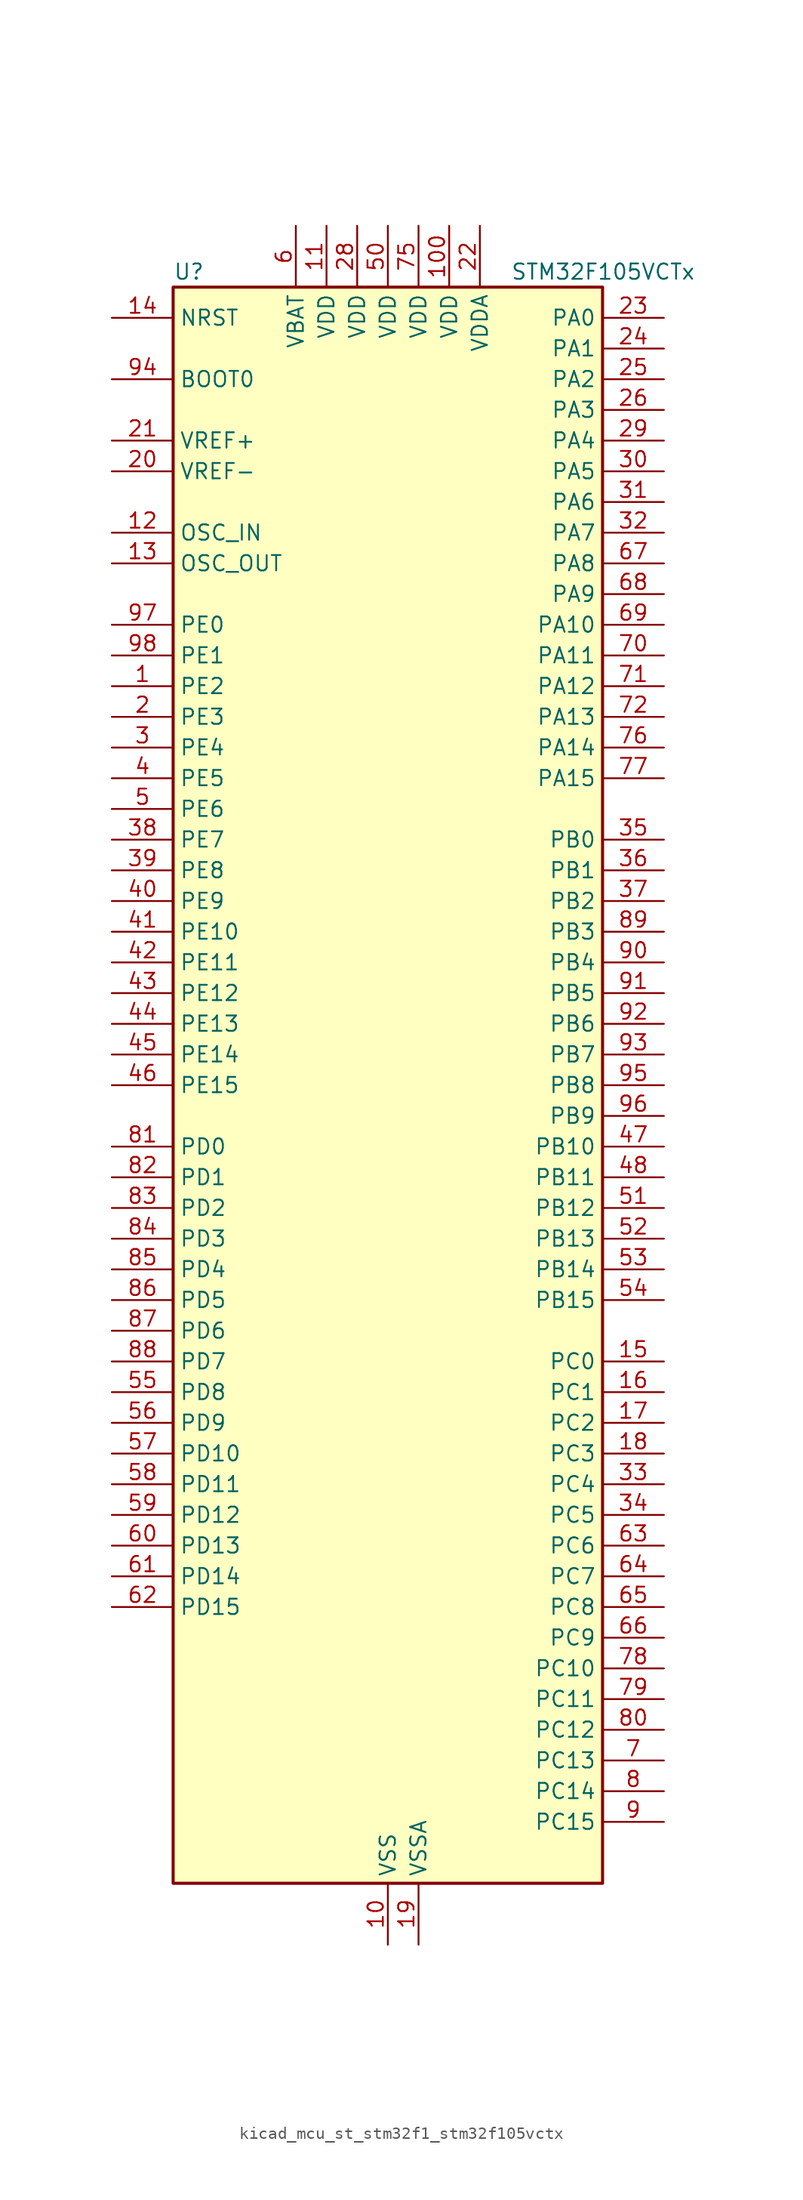
<source format=kicad_sym>
(kicad_symbol_lib
  (version 20220914)
  (generator kicad_symbol_editor)
  (symbol "kicad_mcu_st_stm32f1_stm32f105vctx"
    (property "Reference" "U"
      (at -17.78 67.31 0)
      (effects (font (size 1.27 1.27)) (justify left)))
    (property "Value" "STM32F105VCTx"
      (at 10.16 67.31 0)
      (effects (font (size 1.27 1.27)) (justify left)))
    (property "ki_locked" ""
      (at 0 0 0)
      (effects (font (size 1.27 1.27))))
    (symbol "kicad_mcu_st_stm32f1_stm32f105vctx_0_1"
      (rectangle (start -17.78 -66.04) (end 17.78 66.04) (stroke (width 0.254) (type default)) (fill (type background))))
    (symbol "kicad_mcu_st_stm32f1_stm32f105vctx_1_1"
      (pin bidirectional line (at -22.86 33.02 0) (length 5.08) (name "PE2" (effects (font (size 1.27 1.27)))) (number "1" (effects (font (size 1.27 1.27)))) (alternate "SYS_TRACECLK" bidirectional line))
      (pin power_in line (at 0 -71.12 90) (length 5.08) (name "VSS" (effects (font (size 1.27 1.27)))) (number "10" (effects (font (size 1.27 1.27)))))
      (pin power_in line (at 5.08 71.12 270) (length 5.08) (name "VDD" (effects (font (size 1.27 1.27)))) (number "100" (effects (font (size 1.27 1.27)))))
      (pin power_in line (at -5.08 71.12 270) (length 5.08) (name "VDD" (effects (font (size 1.27 1.27)))) (number "11" (effects (font (size 1.27 1.27)))))
      (pin input line (at -22.86 45.72 0) (length 5.08) (name "OSC_IN" (effects (font (size 1.27 1.27)))) (number "12" (effects (font (size 1.27 1.27)))) (alternate "RCC_OSC_IN" bidirectional line))
      (pin input line (at -22.86 43.18 0) (length 5.08) (name "OSC_OUT" (effects (font (size 1.27 1.27)))) (number "13" (effects (font (size 1.27 1.27)))) (alternate "RCC_OSC_OUT" bidirectional line))
      (pin input line (at -22.86 63.5 0) (length 5.08) (name "NRST" (effects (font (size 1.27 1.27)))) (number "14" (effects (font (size 1.27 1.27)))))
      (pin bidirectional line (at 22.86 -22.86 180) (length 5.08) (name "PC0" (effects (font (size 1.27 1.27)))) (number "15" (effects (font (size 1.27 1.27)))) (alternate "ADC1_IN10" bidirectional line) (alternate "ADC2_IN10" bidirectional line))
      (pin bidirectional line (at 22.86 -25.4 180) (length 5.08) (name "PC1" (effects (font (size 1.27 1.27)))) (number "16" (effects (font (size 1.27 1.27)))) (alternate "ADC1_IN11" bidirectional line) (alternate "ADC2_IN11" bidirectional line))
      (pin bidirectional line (at 22.86 -27.94 180) (length 5.08) (name "PC2" (effects (font (size 1.27 1.27)))) (number "17" (effects (font (size 1.27 1.27)))) (alternate "ADC1_IN12" bidirectional line) (alternate "ADC2_IN12" bidirectional line))
      (pin bidirectional line (at 22.86 -30.48 180) (length 5.08) (name "PC3" (effects (font (size 1.27 1.27)))) (number "18" (effects (font (size 1.27 1.27)))) (alternate "ADC1_IN13" bidirectional line) (alternate "ADC2_IN13" bidirectional line))
      (pin power_in line (at 2.54 -71.12 90) (length 5.08) (name "VSSA" (effects (font (size 1.27 1.27)))) (number "19" (effects (font (size 1.27 1.27)))))
      (pin bidirectional line (at -22.86 30.48 0) (length 5.08) (name "PE3" (effects (font (size 1.27 1.27)))) (number "2" (effects (font (size 1.27 1.27)))) (alternate "SYS_TRACED0" bidirectional line))
      (pin input line (at -22.86 50.8 0) (length 5.08) (name "VREF-" (effects (font (size 1.27 1.27)))) (number "20" (effects (font (size 1.27 1.27)))))
      (pin input line (at -22.86 53.34 0) (length 5.08) (name "VREF+" (effects (font (size 1.27 1.27)))) (number "21" (effects (font (size 1.27 1.27)))))
      (pin power_in line (at 7.62 71.12 270) (length 5.08) (name "VDDA" (effects (font (size 1.27 1.27)))) (number "22" (effects (font (size 1.27 1.27)))))
      (pin bidirectional line (at 22.86 63.5 180) (length 5.08) (name "PA0" (effects (font (size 1.27 1.27)))) (number "23" (effects (font (size 1.27 1.27)))) (alternate "ADC1_IN0" bidirectional line) (alternate "ADC2_IN0" bidirectional line) (alternate "SYS_WKUP" bidirectional line) (alternate "TIM2_CH1" bidirectional line) (alternate "TIM2_ETR" bidirectional line) (alternate "TIM5_CH1" bidirectional line) (alternate "USART2_CTS" bidirectional line))
      (pin bidirectional line (at 22.86 60.96 180) (length 5.08) (name "PA1" (effects (font (size 1.27 1.27)))) (number "24" (effects (font (size 1.27 1.27)))) (alternate "ADC1_IN1" bidirectional line) (alternate "ADC2_IN1" bidirectional line) (alternate "TIM2_CH2" bidirectional line) (alternate "TIM5_CH2" bidirectional line) (alternate "USART2_RTS" bidirectional line))
      (pin bidirectional line (at 22.86 58.42 180) (length 5.08) (name "PA2" (effects (font (size 1.27 1.27)))) (number "25" (effects (font (size 1.27 1.27)))) (alternate "ADC1_IN2" bidirectional line) (alternate "ADC2_IN2" bidirectional line) (alternate "TIM2_CH3" bidirectional line) (alternate "TIM5_CH3" bidirectional line) (alternate "USART2_TX" bidirectional line))
      (pin bidirectional line (at 22.86 55.88 180) (length 5.08) (name "PA3" (effects (font (size 1.27 1.27)))) (number "26" (effects (font (size 1.27 1.27)))) (alternate "ADC1_IN3" bidirectional line) (alternate "ADC2_IN3" bidirectional line) (alternate "TIM2_CH4" bidirectional line) (alternate "TIM5_CH4" bidirectional line) (alternate "USART2_RX" bidirectional line))
      (pin passive line (at 0 -71.12 90) (length 5.08) hide (name "VSS" (effects (font (size 1.27 1.27)))) (number "27" (effects (font (size 1.27 1.27)))))
      (pin power_in line (at -2.54 71.12 270) (length 5.08) (name "VDD" (effects (font (size 1.27 1.27)))) (number "28" (effects (font (size 1.27 1.27)))))
      (pin bidirectional line (at 22.86 53.34 180) (length 5.08) (name "PA4" (effects (font (size 1.27 1.27)))) (number "29" (effects (font (size 1.27 1.27)))) (alternate "ADC1_IN4" bidirectional line) (alternate "ADC2_IN4" bidirectional line) (alternate "DAC_OUT1" bidirectional line) (alternate "I2S3_WS" bidirectional line) (alternate "SPI1_NSS" bidirectional line) (alternate "SPI3_NSS" bidirectional line) (alternate "USART2_CK" bidirectional line))
      (pin bidirectional line (at -22.86 27.94 0) (length 5.08) (name "PE4" (effects (font (size 1.27 1.27)))) (number "3" (effects (font (size 1.27 1.27)))) (alternate "SYS_TRACED1" bidirectional line))
      (pin bidirectional line (at 22.86 50.8 180) (length 5.08) (name "PA5" (effects (font (size 1.27 1.27)))) (number "30" (effects (font (size 1.27 1.27)))) (alternate "ADC1_IN5" bidirectional line) (alternate "ADC2_IN5" bidirectional line) (alternate "DAC_OUT2" bidirectional line) (alternate "SPI1_SCK" bidirectional line))
      (pin bidirectional line (at 22.86 48.26 180) (length 5.08) (name "PA6" (effects (font (size 1.27 1.27)))) (number "31" (effects (font (size 1.27 1.27)))) (alternate "ADC1_IN6" bidirectional line) (alternate "ADC2_IN6" bidirectional line) (alternate "SPI1_MISO" bidirectional line) (alternate "TIM1_BKIN" bidirectional line) (alternate "TIM3_CH1" bidirectional line))
      (pin bidirectional line (at 22.86 45.72 180) (length 5.08) (name "PA7" (effects (font (size 1.27 1.27)))) (number "32" (effects (font (size 1.27 1.27)))) (alternate "ADC1_IN7" bidirectional line) (alternate "ADC2_IN7" bidirectional line) (alternate "SPI1_MOSI" bidirectional line) (alternate "TIM1_CH1N" bidirectional line) (alternate "TIM3_CH2" bidirectional line))
      (pin bidirectional line (at 22.86 -33.02 180) (length 5.08) (name "PC4" (effects (font (size 1.27 1.27)))) (number "33" (effects (font (size 1.27 1.27)))) (alternate "ADC1_IN14" bidirectional line) (alternate "ADC2_IN14" bidirectional line))
      (pin bidirectional line (at 22.86 -35.56 180) (length 5.08) (name "PC5" (effects (font (size 1.27 1.27)))) (number "34" (effects (font (size 1.27 1.27)))) (alternate "ADC1_IN15" bidirectional line) (alternate "ADC2_IN15" bidirectional line))
      (pin bidirectional line (at 22.86 20.32 180) (length 5.08) (name "PB0" (effects (font (size 1.27 1.27)))) (number "35" (effects (font (size 1.27 1.27)))) (alternate "ADC1_IN8" bidirectional line) (alternate "ADC2_IN8" bidirectional line) (alternate "TIM1_CH2N" bidirectional line) (alternate "TIM3_CH3" bidirectional line))
      (pin bidirectional line (at 22.86 17.78 180) (length 5.08) (name "PB1" (effects (font (size 1.27 1.27)))) (number "36" (effects (font (size 1.27 1.27)))) (alternate "ADC1_IN9" bidirectional line) (alternate "ADC2_IN9" bidirectional line) (alternate "TIM1_CH3N" bidirectional line) (alternate "TIM3_CH4" bidirectional line))
      (pin bidirectional line (at 22.86 15.24 180) (length 5.08) (name "PB2" (effects (font (size 1.27 1.27)))) (number "37" (effects (font (size 1.27 1.27)))))
      (pin bidirectional line (at -22.86 20.32 0) (length 5.08) (name "PE7" (effects (font (size 1.27 1.27)))) (number "38" (effects (font (size 1.27 1.27)))) (alternate "TIM1_ETR" bidirectional line))
      (pin bidirectional line (at -22.86 17.78 0) (length 5.08) (name "PE8" (effects (font (size 1.27 1.27)))) (number "39" (effects (font (size 1.27 1.27)))) (alternate "TIM1_CH1N" bidirectional line))
      (pin bidirectional line (at -22.86 25.4 0) (length 5.08) (name "PE5" (effects (font (size 1.27 1.27)))) (number "4" (effects (font (size 1.27 1.27)))) (alternate "SYS_TRACED2" bidirectional line))
      (pin bidirectional line (at -22.86 15.24 0) (length 5.08) (name "PE9" (effects (font (size 1.27 1.27)))) (number "40" (effects (font (size 1.27 1.27)))) (alternate "DAC_EXTI9" bidirectional line) (alternate "TIM1_CH1" bidirectional line))
      (pin bidirectional line (at -22.86 12.7 0) (length 5.08) (name "PE10" (effects (font (size 1.27 1.27)))) (number "41" (effects (font (size 1.27 1.27)))) (alternate "TIM1_CH2N" bidirectional line))
      (pin bidirectional line (at -22.86 10.16 0) (length 5.08) (name "PE11" (effects (font (size 1.27 1.27)))) (number "42" (effects (font (size 1.27 1.27)))) (alternate "ADC1_EXTI11" bidirectional line) (alternate "ADC2_EXTI11" bidirectional line) (alternate "TIM1_CH2" bidirectional line))
      (pin bidirectional line (at -22.86 7.62 0) (length 5.08) (name "PE12" (effects (font (size 1.27 1.27)))) (number "43" (effects (font (size 1.27 1.27)))) (alternate "TIM1_CH3N" bidirectional line))
      (pin bidirectional line (at -22.86 5.08 0) (length 5.08) (name "PE13" (effects (font (size 1.27 1.27)))) (number "44" (effects (font (size 1.27 1.27)))) (alternate "TIM1_CH3" bidirectional line))
      (pin bidirectional line (at -22.86 2.54 0) (length 5.08) (name "PE14" (effects (font (size 1.27 1.27)))) (number "45" (effects (font (size 1.27 1.27)))) (alternate "TIM1_CH4" bidirectional line))
      (pin bidirectional line (at -22.86 0 0) (length 5.08) (name "PE15" (effects (font (size 1.27 1.27)))) (number "46" (effects (font (size 1.27 1.27)))) (alternate "ADC1_EXTI15" bidirectional line) (alternate "ADC2_EXTI15" bidirectional line) (alternate "TIM1_BKIN" bidirectional line))
      (pin bidirectional line (at 22.86 -5.08 180) (length 5.08) (name "PB10" (effects (font (size 1.27 1.27)))) (number "47" (effects (font (size 1.27 1.27)))) (alternate "I2C2_SCL" bidirectional line) (alternate "TIM2_CH3" bidirectional line) (alternate "USART3_TX" bidirectional line))
      (pin bidirectional line (at 22.86 -7.62 180) (length 5.08) (name "PB11" (effects (font (size 1.27 1.27)))) (number "48" (effects (font (size 1.27 1.27)))) (alternate "ADC1_EXTI11" bidirectional line) (alternate "ADC2_EXTI11" bidirectional line) (alternate "I2C2_SDA" bidirectional line) (alternate "TIM2_CH4" bidirectional line) (alternate "USART3_RX" bidirectional line))
      (pin passive line (at 0 -71.12 90) (length 5.08) hide (name "VSS" (effects (font (size 1.27 1.27)))) (number "49" (effects (font (size 1.27 1.27)))))
      (pin bidirectional line (at -22.86 22.86 0) (length 5.08) (name "PE6" (effects (font (size 1.27 1.27)))) (number "5" (effects (font (size 1.27 1.27)))) (alternate "SYS_TRACED3" bidirectional line))
      (pin power_in line (at 0 71.12 270) (length 5.08) (name "VDD" (effects (font (size 1.27 1.27)))) (number "50" (effects (font (size 1.27 1.27)))))
      (pin bidirectional line (at 22.86 -10.16 180) (length 5.08) (name "PB12" (effects (font (size 1.27 1.27)))) (number "51" (effects (font (size 1.27 1.27)))) (alternate "CAN2_RX" bidirectional line) (alternate "I2C2_SMBA" bidirectional line) (alternate "I2S2_WS" bidirectional line) (alternate "SPI2_NSS" bidirectional line) (alternate "TIM1_BKIN" bidirectional line) (alternate "USART3_CK" bidirectional line))
      (pin bidirectional line (at 22.86 -12.7 180) (length 5.08) (name "PB13" (effects (font (size 1.27 1.27)))) (number "52" (effects (font (size 1.27 1.27)))) (alternate "CAN2_TX" bidirectional line) (alternate "I2S2_CK" bidirectional line) (alternate "SPI2_SCK" bidirectional line) (alternate "TIM1_CH1N" bidirectional line) (alternate "USART3_CTS" bidirectional line))
      (pin bidirectional line (at 22.86 -15.24 180) (length 5.08) (name "PB14" (effects (font (size 1.27 1.27)))) (number "53" (effects (font (size 1.27 1.27)))) (alternate "SPI2_MISO" bidirectional line) (alternate "TIM1_CH2N" bidirectional line) (alternate "USART3_RTS" bidirectional line))
      (pin bidirectional line (at 22.86 -17.78 180) (length 5.08) (name "PB15" (effects (font (size 1.27 1.27)))) (number "54" (effects (font (size 1.27 1.27)))) (alternate "ADC1_EXTI15" bidirectional line) (alternate "ADC2_EXTI15" bidirectional line) (alternate "I2S2_SD" bidirectional line) (alternate "SPI2_MOSI" bidirectional line) (alternate "TIM1_CH3N" bidirectional line))
      (pin bidirectional line (at -22.86 -25.4 0) (length 5.08) (name "PD8" (effects (font (size 1.27 1.27)))) (number "55" (effects (font (size 1.27 1.27)))) (alternate "USART3_TX" bidirectional line))
      (pin bidirectional line (at -22.86 -27.94 0) (length 5.08) (name "PD9" (effects (font (size 1.27 1.27)))) (number "56" (effects (font (size 1.27 1.27)))) (alternate "DAC_EXTI9" bidirectional line) (alternate "USART3_RX" bidirectional line))
      (pin bidirectional line (at -22.86 -30.48 0) (length 5.08) (name "PD10" (effects (font (size 1.27 1.27)))) (number "57" (effects (font (size 1.27 1.27)))) (alternate "USART3_CK" bidirectional line))
      (pin bidirectional line (at -22.86 -33.02 0) (length 5.08) (name "PD11" (effects (font (size 1.27 1.27)))) (number "58" (effects (font (size 1.27 1.27)))) (alternate "ADC1_EXTI11" bidirectional line) (alternate "ADC2_EXTI11" bidirectional line) (alternate "USART3_CTS" bidirectional line))
      (pin bidirectional line (at -22.86 -35.56 0) (length 5.08) (name "PD12" (effects (font (size 1.27 1.27)))) (number "59" (effects (font (size 1.27 1.27)))) (alternate "TIM4_CH1" bidirectional line) (alternate "USART3_RTS" bidirectional line))
      (pin power_in line (at -7.62 71.12 270) (length 5.08) (name "VBAT" (effects (font (size 1.27 1.27)))) (number "6" (effects (font (size 1.27 1.27)))))
      (pin bidirectional line (at -22.86 -38.1 0) (length 5.08) (name "PD13" (effects (font (size 1.27 1.27)))) (number "60" (effects (font (size 1.27 1.27)))) (alternate "TIM4_CH2" bidirectional line))
      (pin bidirectional line (at -22.86 -40.64 0) (length 5.08) (name "PD14" (effects (font (size 1.27 1.27)))) (number "61" (effects (font (size 1.27 1.27)))) (alternate "TIM4_CH3" bidirectional line))
      (pin bidirectional line (at -22.86 -43.18 0) (length 5.08) (name "PD15" (effects (font (size 1.27 1.27)))) (number "62" (effects (font (size 1.27 1.27)))) (alternate "ADC1_EXTI15" bidirectional line) (alternate "ADC2_EXTI15" bidirectional line) (alternate "TIM4_CH4" bidirectional line))
      (pin bidirectional line (at 22.86 -38.1 180) (length 5.08) (name "PC6" (effects (font (size 1.27 1.27)))) (number "63" (effects (font (size 1.27 1.27)))) (alternate "I2S2_MCK" bidirectional line) (alternate "TIM3_CH1" bidirectional line))
      (pin bidirectional line (at 22.86 -40.64 180) (length 5.08) (name "PC7" (effects (font (size 1.27 1.27)))) (number "64" (effects (font (size 1.27 1.27)))) (alternate "I2S3_MCK" bidirectional line) (alternate "TIM3_CH2" bidirectional line))
      (pin bidirectional line (at 22.86 -43.18 180) (length 5.08) (name "PC8" (effects (font (size 1.27 1.27)))) (number "65" (effects (font (size 1.27 1.27)))) (alternate "TIM3_CH3" bidirectional line))
      (pin bidirectional line (at 22.86 -45.72 180) (length 5.08) (name "PC9" (effects (font (size 1.27 1.27)))) (number "66" (effects (font (size 1.27 1.27)))) (alternate "DAC_EXTI9" bidirectional line) (alternate "TIM3_CH4" bidirectional line))
      (pin bidirectional line (at 22.86 43.18 180) (length 5.08) (name "PA8" (effects (font (size 1.27 1.27)))) (number "67" (effects (font (size 1.27 1.27)))) (alternate "RCC_MCO" bidirectional line) (alternate "TIM1_CH1" bidirectional line) (alternate "USART1_CK" bidirectional line) (alternate "USB_OTG_FS_SOF" bidirectional line))
      (pin bidirectional line (at 22.86 40.64 180) (length 5.08) (name "PA9" (effects (font (size 1.27 1.27)))) (number "68" (effects (font (size 1.27 1.27)))) (alternate "DAC_EXTI9" bidirectional line) (alternate "TIM1_CH2" bidirectional line) (alternate "USART1_TX" bidirectional line) (alternate "USB_OTG_FS_VBUS" bidirectional line))
      (pin bidirectional line (at 22.86 38.1 180) (length 5.08) (name "PA10" (effects (font (size 1.27 1.27)))) (number "69" (effects (font (size 1.27 1.27)))) (alternate "TIM1_CH3" bidirectional line) (alternate "USART1_RX" bidirectional line) (alternate "USB_OTG_FS_ID" bidirectional line))
      (pin bidirectional line (at 22.86 -55.88 180) (length 5.08) (name "PC13" (effects (font (size 1.27 1.27)))) (number "7" (effects (font (size 1.27 1.27)))) (alternate "RTC_OUT" bidirectional line) (alternate "RTC_TAMPER" bidirectional line))
      (pin bidirectional line (at 22.86 35.56 180) (length 5.08) (name "PA11" (effects (font (size 1.27 1.27)))) (number "70" (effects (font (size 1.27 1.27)))) (alternate "ADC1_EXTI11" bidirectional line) (alternate "ADC2_EXTI11" bidirectional line) (alternate "CAN1_RX" bidirectional line) (alternate "TIM1_CH4" bidirectional line) (alternate "USART1_CTS" bidirectional line) (alternate "USB_OTG_FS_DM" bidirectional line))
      (pin bidirectional line (at 22.86 33.02 180) (length 5.08) (name "PA12" (effects (font (size 1.27 1.27)))) (number "71" (effects (font (size 1.27 1.27)))) (alternate "CAN1_TX" bidirectional line) (alternate "TIM1_ETR" bidirectional line) (alternate "USART1_RTS" bidirectional line) (alternate "USB_OTG_FS_DP" bidirectional line))
      (pin bidirectional line (at 22.86 30.48 180) (length 5.08) (name "PA13" (effects (font (size 1.27 1.27)))) (number "72" (effects (font (size 1.27 1.27)))) (alternate "SYS_JTMS-SWDIO" bidirectional line))
      (pin no_connect line (at -17.78 -66.04 0) (length 5.08) hide (name "NC" (effects (font (size 1.27 1.27)))) (number "73" (effects (font (size 1.27 1.27)))))
      (pin passive line (at 0 -71.12 90) (length 5.08) hide (name "VSS" (effects (font (size 1.27 1.27)))) (number "74" (effects (font (size 1.27 1.27)))))
      (pin power_in line (at 2.54 71.12 270) (length 5.08) (name "VDD" (effects (font (size 1.27 1.27)))) (number "75" (effects (font (size 1.27 1.27)))))
      (pin bidirectional line (at 22.86 27.94 180) (length 5.08) (name "PA14" (effects (font (size 1.27 1.27)))) (number "76" (effects (font (size 1.27 1.27)))) (alternate "SYS_JTCK-SWCLK" bidirectional line))
      (pin bidirectional line (at 22.86 25.4 180) (length 5.08) (name "PA15" (effects (font (size 1.27 1.27)))) (number "77" (effects (font (size 1.27 1.27)))) (alternate "ADC1_EXTI15" bidirectional line) (alternate "ADC2_EXTI15" bidirectional line) (alternate "I2S3_WS" bidirectional line) (alternate "SPI1_NSS" bidirectional line) (alternate "SPI3_NSS" bidirectional line) (alternate "SYS_JTDI" bidirectional line) (alternate "TIM2_CH1" bidirectional line) (alternate "TIM2_ETR" bidirectional line))
      (pin bidirectional line (at 22.86 -48.26 180) (length 5.08) (name "PC10" (effects (font (size 1.27 1.27)))) (number "78" (effects (font (size 1.27 1.27)))) (alternate "I2S3_CK" bidirectional line) (alternate "SPI3_SCK" bidirectional line) (alternate "UART4_TX" bidirectional line) (alternate "USART3_TX" bidirectional line))
      (pin bidirectional line (at 22.86 -50.8 180) (length 5.08) (name "PC11" (effects (font (size 1.27 1.27)))) (number "79" (effects (font (size 1.27 1.27)))) (alternate "ADC1_EXTI11" bidirectional line) (alternate "ADC2_EXTI11" bidirectional line) (alternate "SPI3_MISO" bidirectional line) (alternate "UART4_RX" bidirectional line) (alternate "USART3_RX" bidirectional line))
      (pin bidirectional line (at 22.86 -58.42 180) (length 5.08) (name "PC14" (effects (font (size 1.27 1.27)))) (number "8" (effects (font (size 1.27 1.27)))) (alternate "RCC_OSC32_IN" bidirectional line))
      (pin bidirectional line (at 22.86 -53.34 180) (length 5.08) (name "PC12" (effects (font (size 1.27 1.27)))) (number "80" (effects (font (size 1.27 1.27)))) (alternate "I2S3_SD" bidirectional line) (alternate "SPI3_MOSI" bidirectional line) (alternate "UART5_TX" bidirectional line) (alternate "USART3_CK" bidirectional line))
      (pin bidirectional line (at -22.86 -5.08 0) (length 5.08) (name "PD0" (effects (font (size 1.27 1.27)))) (number "81" (effects (font (size 1.27 1.27)))) (alternate "CAN1_RX" bidirectional line))
      (pin bidirectional line (at -22.86 -7.62 0) (length 5.08) (name "PD1" (effects (font (size 1.27 1.27)))) (number "82" (effects (font (size 1.27 1.27)))) (alternate "CAN1_TX" bidirectional line))
      (pin bidirectional line (at -22.86 -10.16 0) (length 5.08) (name "PD2" (effects (font (size 1.27 1.27)))) (number "83" (effects (font (size 1.27 1.27)))) (alternate "TIM3_ETR" bidirectional line) (alternate "UART5_RX" bidirectional line))
      (pin bidirectional line (at -22.86 -12.7 0) (length 5.08) (name "PD3" (effects (font (size 1.27 1.27)))) (number "84" (effects (font (size 1.27 1.27)))) (alternate "USART2_CTS" bidirectional line))
      (pin bidirectional line (at -22.86 -15.24 0) (length 5.08) (name "PD4" (effects (font (size 1.27 1.27)))) (number "85" (effects (font (size 1.27 1.27)))) (alternate "USART2_RTS" bidirectional line))
      (pin bidirectional line (at -22.86 -17.78 0) (length 5.08) (name "PD5" (effects (font (size 1.27 1.27)))) (number "86" (effects (font (size 1.27 1.27)))) (alternate "USART2_TX" bidirectional line))
      (pin bidirectional line (at -22.86 -20.32 0) (length 5.08) (name "PD6" (effects (font (size 1.27 1.27)))) (number "87" (effects (font (size 1.27 1.27)))) (alternate "USART2_RX" bidirectional line))
      (pin bidirectional line (at -22.86 -22.86 0) (length 5.08) (name "PD7" (effects (font (size 1.27 1.27)))) (number "88" (effects (font (size 1.27 1.27)))) (alternate "USART2_CK" bidirectional line))
      (pin bidirectional line (at 22.86 12.7 180) (length 5.08) (name "PB3" (effects (font (size 1.27 1.27)))) (number "89" (effects (font (size 1.27 1.27)))) (alternate "I2S3_CK" bidirectional line) (alternate "SPI1_SCK" bidirectional line) (alternate "SPI3_SCK" bidirectional line) (alternate "SYS_JTDO" bidirectional line) (alternate "SYS_TRACESWO" bidirectional line) (alternate "TIM2_CH2" bidirectional line))
      (pin bidirectional line (at 22.86 -60.96 180) (length 5.08) (name "PC15" (effects (font (size 1.27 1.27)))) (number "9" (effects (font (size 1.27 1.27)))) (alternate "ADC1_EXTI15" bidirectional line) (alternate "ADC2_EXTI15" bidirectional line) (alternate "RCC_OSC32_OUT" bidirectional line))
      (pin bidirectional line (at 22.86 10.16 180) (length 5.08) (name "PB4" (effects (font (size 1.27 1.27)))) (number "90" (effects (font (size 1.27 1.27)))) (alternate "SPI1_MISO" bidirectional line) (alternate "SPI3_MISO" bidirectional line) (alternate "SYS_NJTRST" bidirectional line) (alternate "TIM3_CH1" bidirectional line))
      (pin bidirectional line (at 22.86 7.62 180) (length 5.08) (name "PB5" (effects (font (size 1.27 1.27)))) (number "91" (effects (font (size 1.27 1.27)))) (alternate "CAN2_RX" bidirectional line) (alternate "I2C1_SMBA" bidirectional line) (alternate "I2S3_SD" bidirectional line) (alternate "SPI1_MOSI" bidirectional line) (alternate "SPI3_MOSI" bidirectional line) (alternate "TIM3_CH2" bidirectional line))
      (pin bidirectional line (at 22.86 5.08 180) (length 5.08) (name "PB6" (effects (font (size 1.27 1.27)))) (number "92" (effects (font (size 1.27 1.27)))) (alternate "CAN2_TX" bidirectional line) (alternate "I2C1_SCL" bidirectional line) (alternate "TIM4_CH1" bidirectional line) (alternate "USART1_TX" bidirectional line))
      (pin bidirectional line (at 22.86 2.54 180) (length 5.08) (name "PB7" (effects (font (size 1.27 1.27)))) (number "93" (effects (font (size 1.27 1.27)))) (alternate "I2C1_SDA" bidirectional line) (alternate "TIM4_CH2" bidirectional line) (alternate "USART1_RX" bidirectional line))
      (pin input line (at -22.86 58.42 0) (length 5.08) (name "BOOT0" (effects (font (size 1.27 1.27)))) (number "94" (effects (font (size 1.27 1.27)))))
      (pin bidirectional line (at 22.86 0 180) (length 5.08) (name "PB8" (effects (font (size 1.27 1.27)))) (number "95" (effects (font (size 1.27 1.27)))) (alternate "CAN1_RX" bidirectional line) (alternate "I2C1_SCL" bidirectional line) (alternate "TIM4_CH3" bidirectional line))
      (pin bidirectional line (at 22.86 -2.54 180) (length 5.08) (name "PB9" (effects (font (size 1.27 1.27)))) (number "96" (effects (font (size 1.27 1.27)))) (alternate "CAN1_TX" bidirectional line) (alternate "DAC_EXTI9" bidirectional line) (alternate "I2C1_SDA" bidirectional line) (alternate "TIM4_CH4" bidirectional line))
      (pin bidirectional line (at -22.86 38.1 0) (length 5.08) (name "PE0" (effects (font (size 1.27 1.27)))) (number "97" (effects (font (size 1.27 1.27)))) (alternate "TIM4_ETR" bidirectional line))
      (pin bidirectional line (at -22.86 35.56 0) (length 5.08) (name "PE1" (effects (font (size 1.27 1.27)))) (number "98" (effects (font (size 1.27 1.27)))))
      (pin passive line (at 0 -71.12 90) (length 5.08) hide (name "VSS" (effects (font (size 1.27 1.27)))) (number "99" (effects (font (size 1.27 1.27))))))))
</source>
